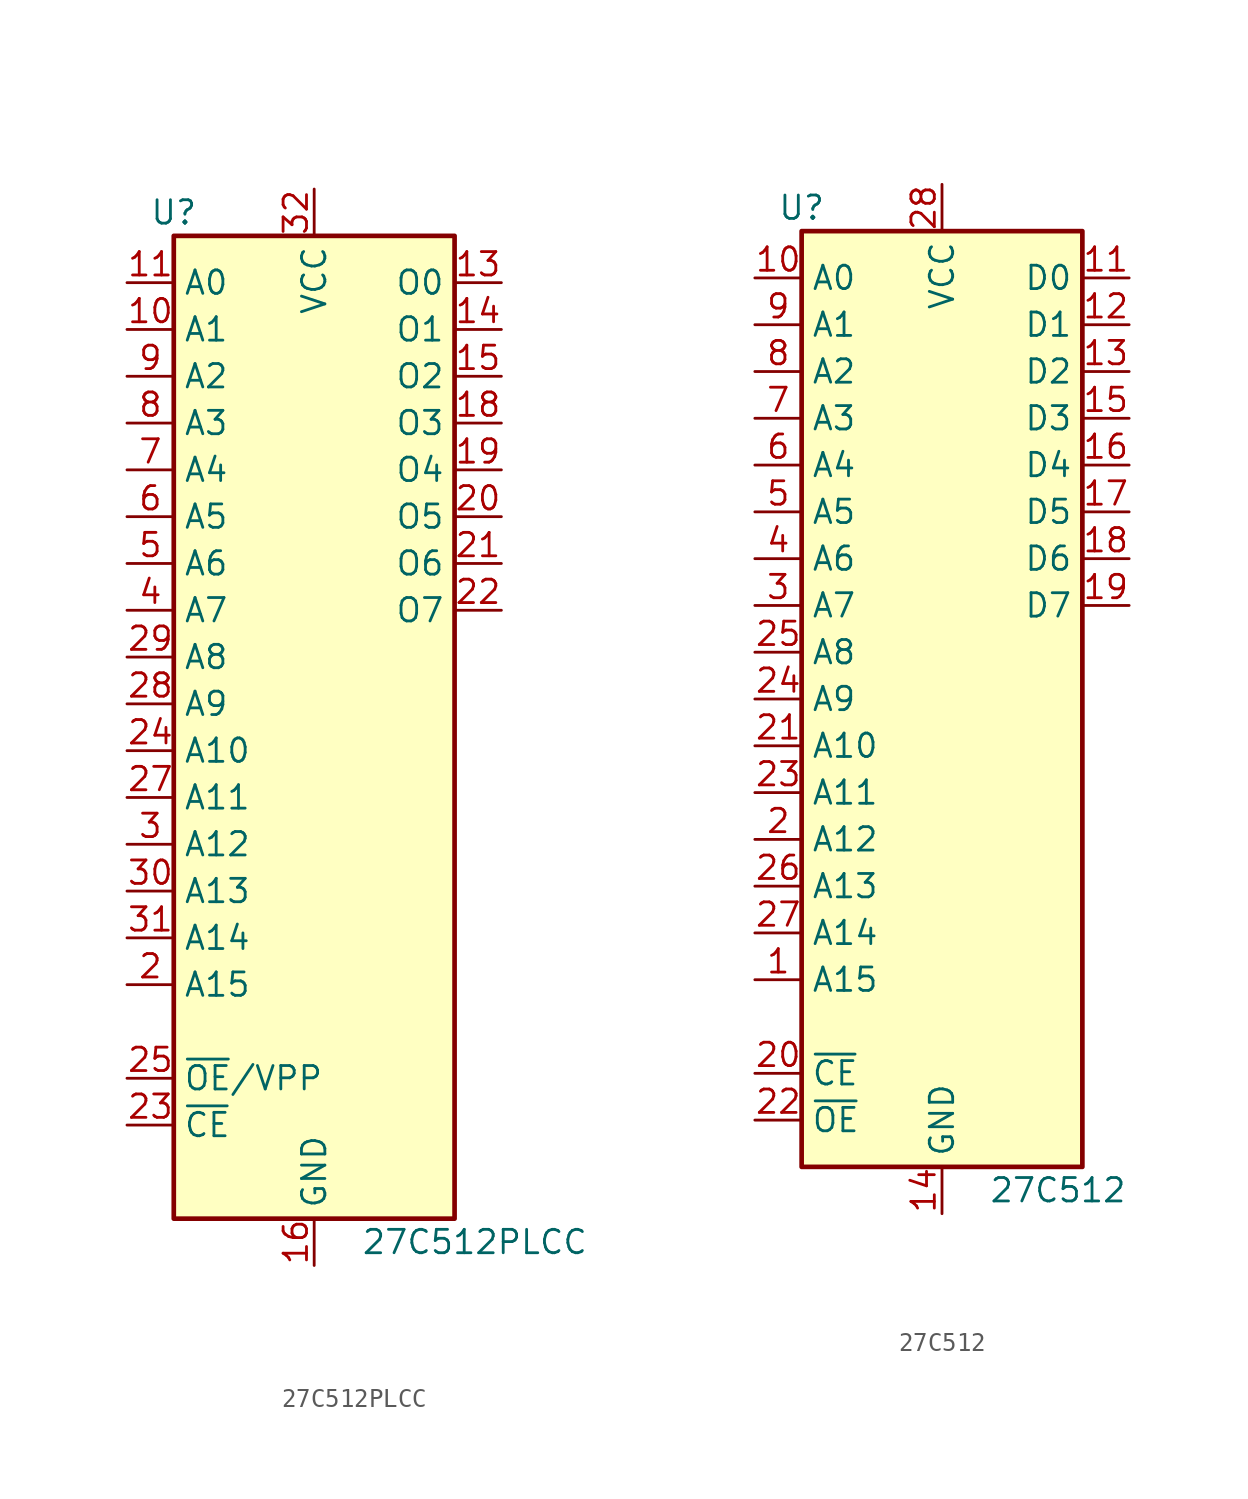
<source format=kicad_sym>
(kicad_symbol_lib
  (version 20201005)
  (generator kicad_symbol_editor)
  (symbol "Memory_EPROM:27C512PLCC"
    (property "Reference" "U"
      (at -7.62 26.67 0)
      (effects (font (size 1.27 1.27))))
    (property "Value" "27C512PLCC"
      (at 2.54 -29.21 0)
      (effects (font (size 1.27 1.27)) (justify left)))
    (symbol "27C512PLCC_1_1"
      (rectangle (start -7.62 25.4) (end 7.62 -27.94) (stroke (width 0.254)) (fill (type background)))
      (pin no_connect line (at 7.62 -17.78 180) (length 2.54) hide (name "NC" (effects (font (size 1.27 1.27)))) (number "1" (effects (font (size 1.27 1.27)))))
      (pin input line (at -10.16 -15.24 0) (length 2.54) (name "A15" (effects (font (size 1.27 1.27)))) (number "2" (effects (font (size 1.27 1.27)))))
      (pin input line (at -10.16 -7.62 0) (length 2.54) (name "A12" (effects (font (size 1.27 1.27)))) (number "3" (effects (font (size 1.27 1.27)))))
      (pin input line (at -10.16 5.08 0) (length 2.54) (name "A7" (effects (font (size 1.27 1.27)))) (number "4" (effects (font (size 1.27 1.27)))))
      (pin input line (at -10.16 7.62 0) (length 2.54) (name "A6" (effects (font (size 1.27 1.27)))) (number "5" (effects (font (size 1.27 1.27)))))
      (pin input line (at -10.16 10.16 0) (length 2.54) (name "A5" (effects (font (size 1.27 1.27)))) (number "6" (effects (font (size 1.27 1.27)))))
      (pin input line (at -10.16 12.7 0) (length 2.54) (name "A4" (effects (font (size 1.27 1.27)))) (number "7" (effects (font (size 1.27 1.27)))))
      (pin input line (at -10.16 15.24 0) (length 2.54) (name "A3" (effects (font (size 1.27 1.27)))) (number "8" (effects (font (size 1.27 1.27)))))
      (pin input line (at -10.16 17.78 0) (length 2.54) (name "A2" (effects (font (size 1.27 1.27)))) (number "9" (effects (font (size 1.27 1.27)))))
      (pin input line (at -10.16 20.32 0) (length 2.54) (name "A1" (effects (font (size 1.27 1.27)))) (number "10" (effects (font (size 1.27 1.27)))))
      (pin tri_state line (at 10.16 10.16 180) (length 2.54) (name "O5" (effects (font (size 1.27 1.27)))) (number "20" (effects (font (size 1.27 1.27)))))
      (pin input line (at -10.16 -10.16 0) (length 2.54) (name "A13" (effects (font (size 1.27 1.27)))) (number "30" (effects (font (size 1.27 1.27)))))
      (pin input line (at -10.16 22.86 0) (length 2.54) (name "A0" (effects (font (size 1.27 1.27)))) (number "11" (effects (font (size 1.27 1.27)))))
      (pin tri_state line (at 10.16 7.62 180) (length 2.54) (name "O6" (effects (font (size 1.27 1.27)))) (number "21" (effects (font (size 1.27 1.27)))))
      (pin input line (at -10.16 -12.7 0) (length 2.54) (name "A14" (effects (font (size 1.27 1.27)))) (number "31" (effects (font (size 1.27 1.27)))))
      (pin no_connect line (at 7.62 -22.86 180) (length 2.54) hide (name "NC" (effects (font (size 1.27 1.27)))) (number "12" (effects (font (size 1.27 1.27)))))
      (pin tri_state line (at 10.16 5.08 180) (length 2.54) (name "O7" (effects (font (size 1.27 1.27)))) (number "22" (effects (font (size 1.27 1.27)))))
      (pin power_in line (at 0 27.94 270) (length 2.54) (name "VCC" (effects (font (size 1.27 1.27)))) (number "32" (effects (font (size 1.27 1.27)))))
      (pin tri_state line (at 10.16 22.86 180) (length 2.54) (name "O0" (effects (font (size 1.27 1.27)))) (number "13" (effects (font (size 1.27 1.27)))))
      (pin input line (at -10.16 -22.86 0) (length 2.54) (name "~CE" (effects (font (size 1.27 1.27)))) (number "23" (effects (font (size 1.27 1.27)))))
      (pin tri_state line (at 10.16 20.32 180) (length 2.54) (name "O1" (effects (font (size 1.27 1.27)))) (number "14" (effects (font (size 1.27 1.27)))))
      (pin input line (at -10.16 -2.54 0) (length 2.54) (name "A10" (effects (font (size 1.27 1.27)))) (number "24" (effects (font (size 1.27 1.27)))))
      (pin tri_state line (at 10.16 17.78 180) (length 2.54) (name "O2" (effects (font (size 1.27 1.27)))) (number "15" (effects (font (size 1.27 1.27)))))
      (pin input line (at -10.16 -20.32 0) (length 2.54) (name "~OE~/VPP" (effects (font (size 1.27 1.27)))) (number "25" (effects (font (size 1.27 1.27)))))
      (pin power_in line (at 0 -30.48 90) (length 2.54) (name "GND" (effects (font (size 1.27 1.27)))) (number "16" (effects (font (size 1.27 1.27)))))
      (pin no_connect line (at 7.62 -25.4 180) (length 2.54) hide (name "NC" (effects (font (size 1.27 1.27)))) (number "26" (effects (font (size 1.27 1.27)))))
      (pin no_connect line (at 7.62 -20.32 180) (length 2.54) hide (name "NC" (effects (font (size 1.27 1.27)))) (number "17" (effects (font (size 1.27 1.27)))))
      (pin input line (at -10.16 -5.08 0) (length 2.54) (name "A11" (effects (font (size 1.27 1.27)))) (number "27" (effects (font (size 1.27 1.27)))))
      (pin tri_state line (at 10.16 15.24 180) (length 2.54) (name "O3" (effects (font (size 1.27 1.27)))) (number "18" (effects (font (size 1.27 1.27)))))
      (pin input line (at -10.16 0 0) (length 2.54) (name "A9" (effects (font (size 1.27 1.27)))) (number "28" (effects (font (size 1.27 1.27)))))
      (pin tri_state line (at 10.16 12.7 180) (length 2.54) (name "O4" (effects (font (size 1.27 1.27)))) (number "19" (effects (font (size 1.27 1.27)))))
      (pin input line (at -10.16 2.54 0) (length 2.54) (name "A8" (effects (font (size 1.27 1.27)))) (number "29" (effects (font (size 1.27 1.27)))))))
  (symbol "Memory_EPROM:27C512"
    (property "Reference" "U"
      (at -7.62 26.67 0)
      (effects (font (size 1.27 1.27))))
    (property "Value" "27C512"
      (at 2.54 -26.67 0)
      (effects (font (size 1.27 1.27)) (justify left)))
    (symbol "27C512_1_1"
      (rectangle (start -7.62 25.4) (end 7.62 -25.4) (stroke (width 0.254)) (fill (type background)))
      (pin input line (at -10.16 -15.24 0) (length 2.54) (name "A15" (effects (font (size 1.27 1.27)))) (number "1" (effects (font (size 1.27 1.27)))))
      (pin input line (at -10.16 -7.62 0) (length 2.54) (name "A12" (effects (font (size 1.27 1.27)))) (number "2" (effects (font (size 1.27 1.27)))))
      (pin input line (at -10.16 5.08 0) (length 2.54) (name "A7" (effects (font (size 1.27 1.27)))) (number "3" (effects (font (size 1.27 1.27)))))
      (pin input line (at -10.16 7.62 0) (length 2.54) (name "A6" (effects (font (size 1.27 1.27)))) (number "4" (effects (font (size 1.27 1.27)))))
      (pin input line (at -10.16 10.16 0) (length 2.54) (name "A5" (effects (font (size 1.27 1.27)))) (number "5" (effects (font (size 1.27 1.27)))))
      (pin input line (at -10.16 12.7 0) (length 2.54) (name "A4" (effects (font (size 1.27 1.27)))) (number "6" (effects (font (size 1.27 1.27)))))
      (pin input line (at -10.16 15.24 0) (length 2.54) (name "A3" (effects (font (size 1.27 1.27)))) (number "7" (effects (font (size 1.27 1.27)))))
      (pin input line (at -10.16 17.78 0) (length 2.54) (name "A2" (effects (font (size 1.27 1.27)))) (number "8" (effects (font (size 1.27 1.27)))))
      (pin input line (at -10.16 20.32 0) (length 2.54) (name "A1" (effects (font (size 1.27 1.27)))) (number "9" (effects (font (size 1.27 1.27)))))
      (pin input line (at -10.16 22.86 0) (length 2.54) (name "A0" (effects (font (size 1.27 1.27)))) (number "10" (effects (font (size 1.27 1.27)))))
      (pin input line (at -10.16 -20.32 0) (length 2.54) (name "~CE" (effects (font (size 1.27 1.27)))) (number "20" (effects (font (size 1.27 1.27)))))
      (pin tri_state line (at 10.16 22.86 180) (length 2.54) (name "D0" (effects (font (size 1.27 1.27)))) (number "11" (effects (font (size 1.27 1.27)))))
      (pin input line (at -10.16 -2.54 0) (length 2.54) (name "A10" (effects (font (size 1.27 1.27)))) (number "21" (effects (font (size 1.27 1.27)))))
      (pin tri_state line (at 10.16 20.32 180) (length 2.54) (name "D1" (effects (font (size 1.27 1.27)))) (number "12" (effects (font (size 1.27 1.27)))))
      (pin input line (at -10.16 -22.86 0) (length 2.54) (name "~OE" (effects (font (size 1.27 1.27)))) (number "22" (effects (font (size 1.27 1.27)))))
      (pin tri_state line (at 10.16 17.78 180) (length 2.54) (name "D2" (effects (font (size 1.27 1.27)))) (number "13" (effects (font (size 1.27 1.27)))))
      (pin input line (at -10.16 -5.08 0) (length 2.54) (name "A11" (effects (font (size 1.27 1.27)))) (number "23" (effects (font (size 1.27 1.27)))))
      (pin power_in line (at 0 -27.94 90) (length 2.54) (name "GND" (effects (font (size 1.27 1.27)))) (number "14" (effects (font (size 1.27 1.27)))))
      (pin input line (at -10.16 0 0) (length 2.54) (name "A9" (effects (font (size 1.27 1.27)))) (number "24" (effects (font (size 1.27 1.27)))))
      (pin tri_state line (at 10.16 15.24 180) (length 2.54) (name "D3" (effects (font (size 1.27 1.27)))) (number "15" (effects (font (size 1.27 1.27)))))
      (pin input line (at -10.16 2.54 0) (length 2.54) (name "A8" (effects (font (size 1.27 1.27)))) (number "25" (effects (font (size 1.27 1.27)))))
      (pin tri_state line (at 10.16 12.7 180) (length 2.54) (name "D4" (effects (font (size 1.27 1.27)))) (number "16" (effects (font (size 1.27 1.27)))))
      (pin input line (at -10.16 -10.16 0) (length 2.54) (name "A13" (effects (font (size 1.27 1.27)))) (number "26" (effects (font (size 1.27 1.27)))))
      (pin tri_state line (at 10.16 10.16 180) (length 2.54) (name "D5" (effects (font (size 1.27 1.27)))) (number "17" (effects (font (size 1.27 1.27)))))
      (pin input line (at -10.16 -12.7 0) (length 2.54) (name "A14" (effects (font (size 1.27 1.27)))) (number "27" (effects (font (size 1.27 1.27)))))
      (pin tri_state line (at 10.16 7.62 180) (length 2.54) (name "D6" (effects (font (size 1.27 1.27)))) (number "18" (effects (font (size 1.27 1.27)))))
      (pin power_in line (at 0 27.94 270) (length 2.54) (name "VCC" (effects (font (size 1.27 1.27)))) (number "28" (effects (font (size 1.27 1.27)))))
      (pin tri_state line (at 10.16 5.08 180) (length 2.54) (name "D7" (effects (font (size 1.27 1.27)))) (number "19" (effects (font (size 1.27 1.27))))))))
</source>
